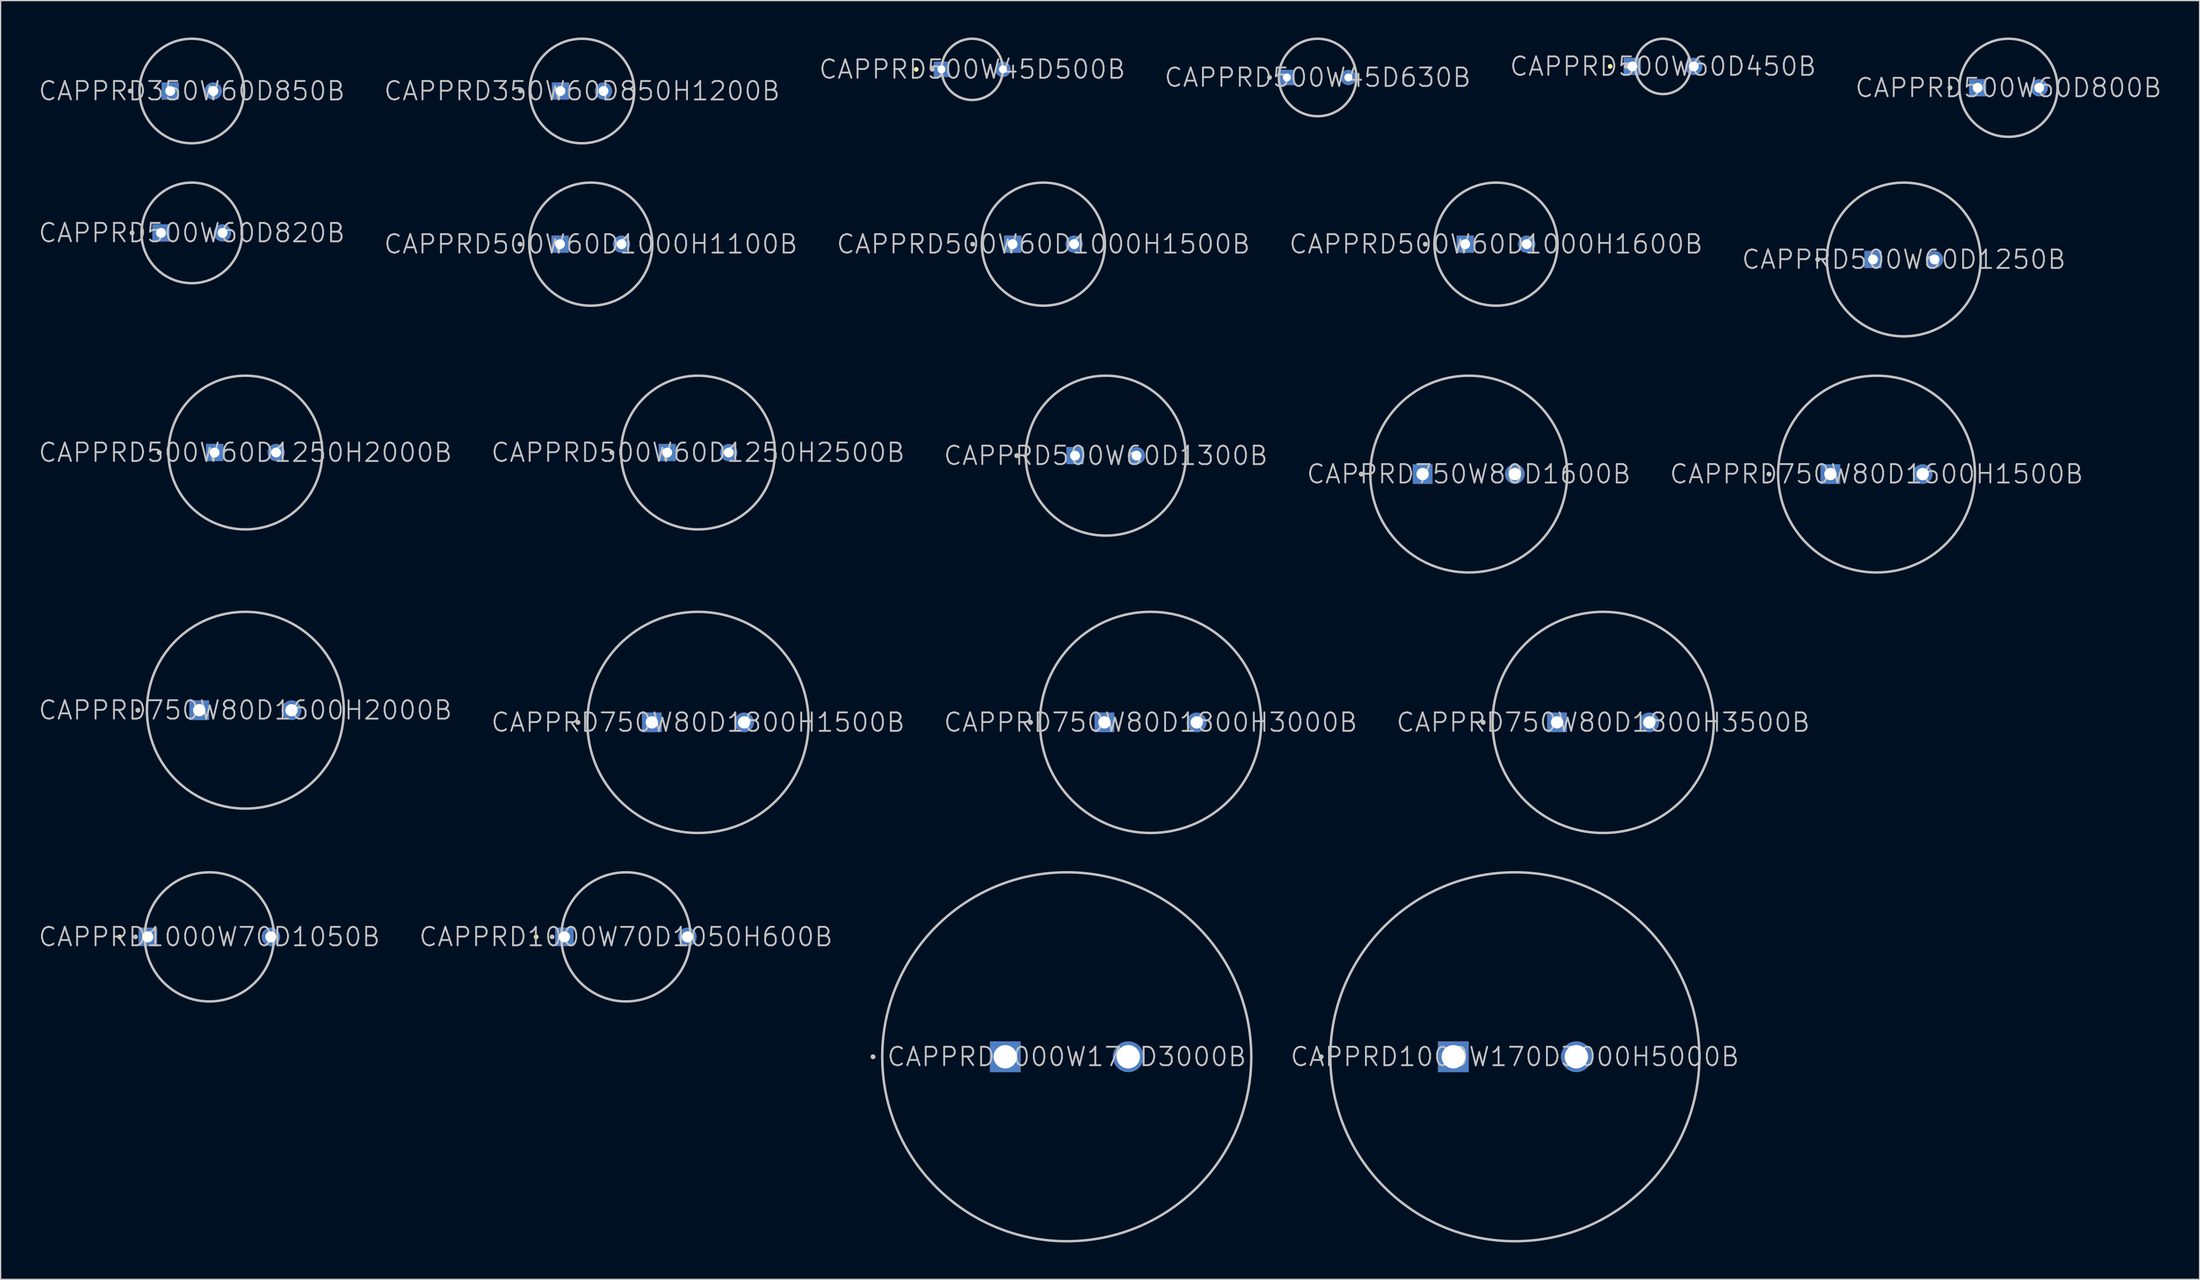
<source format=kicad_pcb>
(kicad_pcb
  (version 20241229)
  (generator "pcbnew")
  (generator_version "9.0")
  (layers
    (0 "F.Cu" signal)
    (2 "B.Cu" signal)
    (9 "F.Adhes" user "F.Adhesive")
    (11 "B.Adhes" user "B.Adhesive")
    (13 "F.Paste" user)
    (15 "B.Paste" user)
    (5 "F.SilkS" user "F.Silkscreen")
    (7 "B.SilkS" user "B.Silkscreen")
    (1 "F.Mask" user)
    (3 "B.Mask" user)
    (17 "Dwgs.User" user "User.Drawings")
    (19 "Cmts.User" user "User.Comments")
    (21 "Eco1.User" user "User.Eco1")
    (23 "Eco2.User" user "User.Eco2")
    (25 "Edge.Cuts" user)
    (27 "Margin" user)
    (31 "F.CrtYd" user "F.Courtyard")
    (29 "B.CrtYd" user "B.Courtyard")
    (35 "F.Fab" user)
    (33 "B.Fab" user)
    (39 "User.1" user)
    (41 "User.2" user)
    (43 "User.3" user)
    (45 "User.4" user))
  (footprint "CAPPRD350W60D850H1200B"
    (layer "F.Cu")
    (at 44.261 4.35)
    (property "Reference" "CAPPRD350W60D850H1200B" (at 0 0 0) (layer "Dwgs.User") (effects (font (size 1.5 1.5) (thickness 0.15))))
    (attr through_hole)
    (fp_line (start -5 0) (end -5 0) (stroke (width 0.381) (type solid)) (layer "F.SilkS"))
    (fp_line (start -5 0) (end -5 0) (stroke (width 0.381) (type solid)) (layer "Dwgs.User"))
    (fp_circle (center 0 0) (end 4.25 0) (stroke (width 0.2) (type solid)) (fill no) (layer "Dwgs.User"))
    (pad "1" thru_hole rect (at -1.75 0) (size 1.4 1.4) (drill 0.8) (layers "*.Cu" "*.Mask"))
    (pad "2" thru_hole circle (at 1.75 0) (size 1.4 1.4) (drill 0.8) (layers "*.Cu" "*.Mask")))
  (footprint "CAPPRD750W80D1600H1500B"
    (layer "F.Cu")
    (at 149.496 35.501)
    (property "Reference" "CAPPRD750W80D1600H1500B" (at 0 0 0) (layer "Dwgs.User") (effects (font (size 1.5 1.5) (thickness 0.15))))
    (attr through_hole)
    (fp_line (start -8.738 0) (end -8.738 0) (stroke (width 0.381) (type solid)) (layer "F.SilkS"))
    (fp_line (start -8.738 0) (end -8.738 0) (stroke (width 0.381) (type solid)) (layer "Dwgs.User"))
    (fp_circle (center 0 0) (end 8.001 0) (stroke (width 0.2) (type solid)) (fill no) (layer "Dwgs.User"))
    (pad "1" thru_hole rect (at -3.75 0) (size 1.6 1.6) (drill 1) (layers "*.Cu" "*.Mask"))
    (pad "2" thru_hole circle (at 3.75 0) (size 1.6 1.6) (drill 1) (layers "*.Cu" "*.Mask")))
  (footprint "CAPPRD500W60D1300B"
    (layer "F.Cu")
    (at 86.839 34.002)
    (property "Reference" "CAPPRD500W60D1300B" (at 0 0 0) (layer "Dwgs.User") (effects (font (size 1.5 1.5) (thickness 0.15))))
    (attr through_hole)
    (fp_line (start -7.239 0) (end -7.239 0) (stroke (width 0.381) (type solid)) (layer "F.SilkS"))
    (fp_line (start -7.239 0) (end -7.239 0) (stroke (width 0.381) (type solid)) (layer "Dwgs.User"))
    (fp_circle (center 0 0) (end 6.502 0) (stroke (width 0.2) (type solid)) (fill no) (layer "Dwgs.User"))
    (pad "1" thru_hole rect (at -2.5 0) (size 1.4 1.4) (drill 0.8) (layers "*.Cu" "*.Mask"))
    (pad "2" thru_hole circle (at 2.5 0) (size 1.4 1.4) (drill 0.8) (layers "*.Cu" "*.Mask")))
  (footprint "CAPPRD500W60D800B"
    (layer "F.Cu")
    (at 160.218 4.088)
    (property "Reference" "CAPPRD500W60D800B" (at 0 0 0) (layer "Dwgs.User") (effects (font (size 1.5 1.5) (thickness 0.15))))
    (attr through_hole)
    (fp_line (start -4.75 0) (end -4.75 0) (stroke (width 0.381) (type solid)) (layer "F.SilkS"))
    (fp_line (start -4.75 0) (end -4.75 0) (stroke (width 0.381) (type solid)) (layer "Dwgs.User"))
    (fp_circle (center 0 0) (end 3.988 0) (stroke (width 0.2) (type solid)) (fill no) (layer "Dwgs.User"))
    (pad "1" thru_hole rect (at -2.5 0) (size 1.4 1.4) (drill 0.8) (layers "*.Cu" "*.Mask"))
    (pad "2" thru_hole circle (at 2.5 0) (size 1.4 1.4) (drill 0.8) (layers "*.Cu" "*.Mask")))
  (footprint "CAPPRD750W80D1800H3500B"
    (layer "F.Cu")
    (at 127.275 55.694)
    (property "Reference" "CAPPRD750W80D1800H3500B" (at 0 0 0) (layer "Dwgs.User") (effects (font (size 1.5 1.5) (thickness 0.15))))
    (attr through_hole)
    (fp_line (start -9.754 0) (end -9.754 0) (stroke (width 0.381) (type solid)) (layer "F.SilkS"))
    (fp_line (start -9.754 0) (end -9.754 0) (stroke (width 0.381) (type solid)) (layer "Dwgs.User"))
    (fp_circle (center 0 0) (end 8.992 0) (stroke (width 0.2) (type solid)) (fill no) (layer "Dwgs.User"))
    (pad "1" thru_hole rect (at -3.75 0) (size 1.6 1.6) (drill 1) (layers "*.Cu" "*.Mask"))
    (pad "2" thru_hole circle (at 3.75 0) (size 1.6 1.6) (drill 1) (layers "*.Cu" "*.Mask")))
  (footprint "CAPPRD500W60D1250H2000B"
    (layer "F.Cu")
    (at 16.896 33.75)
    (property "Reference" "CAPPRD500W60D1250H2000B" (at 0 0 0) (layer "Dwgs.User") (effects (font (size 1.5 1.5) (thickness 0.15))))
    (attr through_hole)
    (fp_line (start -7 0) (end -7 0) (stroke (width 0.381) (type solid)) (layer "F.SilkS"))
    (fp_line (start -7 0) (end -7 0) (stroke (width 0.381) (type solid)) (layer "Dwgs.User"))
    (fp_circle (center 0 0) (end 6.25 0) (stroke (width 0.2) (type solid)) (fill no) (layer "Dwgs.User"))
    (pad "1" thru_hole rect (at -2.5 0) (size 1.4 1.4) (drill 0.8) (layers "*.Cu" "*.Mask"))
    (pad "2" thru_hole circle (at 2.5 0) (size 1.4 1.4) (drill 0.8) (layers "*.Cu" "*.Mask")))
  (footprint "CAPPRD500W45D630B"
    (layer "F.Cu")
    (at 104.061 3.25)
    (property "Reference" "CAPPRD500W45D630B" (at 0 0 0) (layer "Dwgs.User") (effects (font (size 1.5 1.5) (thickness 0.15))))
    (attr through_hole)
    (fp_line (start -3.912 0) (end -3.912 0) (stroke (width 0.381) (type solid)) (layer "F.SilkS"))
    (fp_line (start -3.912 0) (end -3.912 0) (stroke (width 0.381) (type solid)) (layer "Dwgs.User"))
    (fp_circle (center 0 0) (end 3.15 0) (stroke (width 0.2) (type solid)) (fill no) (layer "Dwgs.User"))
    (pad "1" thru_hole rect (at -2.5 0) (size 1.25 1.25) (drill 0.65) (layers "*.Cu" "*.Mask"))
    (pad "2" thru_hole circle (at 2.5 0) (size 1.25 1.25) (drill 0.65) (layers "*.Cu" "*.Mask")))
  (footprint "CAPPRD1000W170D3000B"
    (layer "F.Cu")
    (at 83.669 82.885)
    (property "Reference" "CAPPRD1000W170D3000B" (at 0 0 0) (layer "Dwgs.User") (effects (font (size 1.5 1.5) (thickness 0.15))))
    (attr through_hole)
    (fp_line (start -15.75 0) (end -15.75 0) (stroke (width 0.381) (type solid)) (layer "F.SilkS"))
    (fp_line (start -15.75 0) (end -15.75 0) (stroke (width 0.381) (type solid)) (layer "Dwgs.User"))
    (fp_circle (center 0 0) (end 15 0) (stroke (width 0.2) (type solid)) (fill no) (layer "Dwgs.User"))
    (pad "1" thru_hole rect (at -5 0) (size 2.5 2.5) (drill 1.9) (layers "*.Cu" "*.Mask"))
    (pad "2" thru_hole circle (at 5 0) (size 2.5 2.5) (drill 1.9) (layers "*.Cu" "*.Mask")))
  (footprint "CAPPRD500W60D1000H1100B"
    (layer "F.Cu")
    (at 44.975 16.804)
    (property "Reference" "CAPPRD500W60D1000H1100B" (at 0 0 0) (layer "Dwgs.User") (effects (font (size 1.5 1.5) (thickness 0.15))))
    (attr through_hole)
    (fp_line (start -5.74 0) (end -5.74 0) (stroke (width 0.381) (type solid)) (layer "F.SilkS"))
    (fp_line (start -5.74 0) (end -5.74 0) (stroke (width 0.381) (type solid)) (layer "Dwgs.User"))
    (fp_circle (center 0 0) (end 5.004 0) (stroke (width 0.2) (type solid)) (fill no) (layer "Dwgs.User"))
    (pad "1" thru_hole rect (at -2.5 0) (size 1.4 1.4) (drill 0.8) (layers "*.Cu" "*.Mask"))
    (pad "2" thru_hole circle (at 2.5 0) (size 1.4 1.4) (drill 0.8) (layers "*.Cu" "*.Mask")))
  (footprint "CAPPRD750W80D1800H3000B"
    (layer "F.Cu")
    (at 90.482 55.694)
    (property "Reference" "CAPPRD750W80D1800H3000B" (at 0 0 0) (layer "Dwgs.User") (effects (font (size 1.5 1.5) (thickness 0.15))))
    (attr through_hole)
    (fp_line (start -9.754 0) (end -9.754 0) (stroke (width 0.381) (type solid)) (layer "F.SilkS"))
    (fp_line (start -9.754 0) (end -9.754 0) (stroke (width 0.381) (type solid)) (layer "Dwgs.User"))
    (fp_circle (center 0 0) (end 8.992 0) (stroke (width 0.2) (type solid)) (fill no) (layer "Dwgs.User"))
    (pad "1" thru_hole rect (at -3.75 0) (size 1.6 1.6) (drill 1) (layers "*.Cu" "*.Mask"))
    (pad "2" thru_hole circle (at 3.75 0) (size 1.6 1.6) (drill 1) (layers "*.Cu" "*.Mask")))
  (footprint "CAPPRD750W80D1800H1500B"
    (layer "F.Cu")
    (at 53.689 55.694)
    (property "Reference" "CAPPRD750W80D1800H1500B" (at 0 0 0) (layer "Dwgs.User") (effects (font (size 1.5 1.5) (thickness 0.15))))
    (attr through_hole)
    (fp_line (start -9.754 0) (end -9.754 0) (stroke (width 0.381) (type solid)) (layer "F.SilkS"))
    (fp_line (start -9.754 0) (end -9.754 0) (stroke (width 0.381) (type solid)) (layer "Dwgs.User"))
    (fp_circle (center 0 0) (end 8.992 0) (stroke (width 0.2) (type solid)) (fill no) (layer "Dwgs.User"))
    (pad "1" thru_hole rect (at -3.75 0) (size 1.6 1.6) (drill 1) (layers "*.Cu" "*.Mask"))
    (pad "2" thru_hole circle (at 3.75 0) (size 1.6 1.6) (drill 1) (layers "*.Cu" "*.Mask")))
  (footprint "CAPPRD500W60D1250B"
    (layer "F.Cu")
    (at 151.711 18.05)
    (property "Reference" "CAPPRD500W60D1250B" (at 0 0 0) (layer "Dwgs.User") (effects (font (size 1.5 1.5) (thickness 0.15))))
    (attr through_hole)
    (fp_line (start -7 0) (end -7 0) (stroke (width 0.381) (type solid)) (layer "F.SilkS"))
    (fp_line (start -7 0) (end -7 0) (stroke (width 0.381) (type solid)) (layer "Dwgs.User"))
    (fp_circle (center 0 0) (end 6.25 0) (stroke (width 0.2) (type solid)) (fill no) (layer "Dwgs.User"))
    (pad "1" thru_hole rect (at -2.5 0) (size 1.4 1.4) (drill 0.8) (layers "*.Cu" "*.Mask"))
    (pad "2" thru_hole circle (at 2.5 0) (size 1.4 1.4) (drill 0.8) (layers "*.Cu" "*.Mask")))
  (footprint "CAPPRD350W60D850B"
    (layer "F.Cu")
    (at 12.539 4.35)
    (property "Reference" "CAPPRD350W60D850B" (at 0 0 0) (layer "Dwgs.User") (effects (font (size 1.5 1.5) (thickness 0.15))))
    (attr through_hole)
    (fp_line (start -5 0) (end -5 0) (stroke (width 0.381) (type solid)) (layer "F.SilkS"))
    (fp_line (start -5 0) (end -5 0) (stroke (width 0.381) (type solid)) (layer "Dwgs.User"))
    (fp_circle (center 0 0) (end 4.25 0) (stroke (width 0.2) (type solid)) (fill no) (layer "Dwgs.User"))
    (pad "1" thru_hole rect (at -1.75 0) (size 1.4 1.4) (drill 0.8) (layers "*.Cu" "*.Mask"))
    (pad "2" thru_hole circle (at 1.75 0) (size 1.4 1.4) (drill 0.8) (layers "*.Cu" "*.Mask")))
  (footprint "CAPPRD500W45D500B"
    (layer "F.Cu")
    (at 75.982 2.589)
    (property "Reference" "CAPPRD500W45D500B" (at 0 0 0) (layer "Dwgs.User") (effects (font (size 1.5 1.5) (thickness 0.15))))
    (attr through_hole)
    (fp_line (start -4.547 0) (end -4.547 0) (stroke (width 0.381) (type solid)) (layer "F.SilkS"))
    (fp_line (start -3.251 0) (end -3.251 0) (stroke (width 0.381) (type solid)) (layer "Dwgs.User"))
    (fp_circle (center 0 0) (end 2.489 0) (stroke (width 0.2) (type solid)) (fill no) (layer "Dwgs.User"))
    (pad "1" thru_hole rect (at -2.5 0) (size 1.25 1.25) (drill 0.65) (layers "*.Cu" "*.Mask"))
    (pad "2" thru_hole circle (at 2.5 0) (size 1.25 1.25) (drill 0.65) (layers "*.Cu" "*.Mask")))
  (footprint "CAPPRD500W60D450B"
    (layer "F.Cu")
    (at 132.139 2.35)
    (property "Reference" "CAPPRD500W60D450B" (at 0 0 0) (layer "Dwgs.User") (effects (font (size 1.5 1.5) (thickness 0.15))))
    (attr through_hole)
    (fp_line (start -4.3 0) (end -4.3 0) (stroke (width 0.381) (type solid)) (layer "F.SilkS"))
    (fp_line (start -3 0) (end -3 0) (stroke (width 0.381) (type solid)) (layer "Dwgs.User"))
    (fp_circle (center 0 0) (end 2.25 0) (stroke (width 0.2) (type solid)) (fill no) (layer "Dwgs.User"))
    (pad "1" thru_hole rect (at -2.5 0) (size 1.4 1.4) (drill 0.8) (layers "*.Cu" "*.Mask"))
    (pad "2" thru_hole circle (at 2.5 0) (size 1.4 1.4) (drill 0.8) (layers "*.Cu" "*.Mask")))
  (footprint "CAPPRD500W60D1000H1500B"
    (layer "F.Cu")
    (at 81.768 16.804)
    (property "Reference" "CAPPRD500W60D1000H1500B" (at 0 0 0) (layer "Dwgs.User") (effects (font (size 1.5 1.5) (thickness 0.15))))
    (attr through_hole)
    (fp_line (start -5.74 0) (end -5.74 0) (stroke (width 0.381) (type solid)) (layer "F.SilkS"))
    (fp_line (start -5.74 0) (end -5.74 0) (stroke (width 0.381) (type solid)) (layer "Dwgs.User"))
    (fp_circle (center 0 0) (end 5.004 0) (stroke (width 0.2) (type solid)) (fill no) (layer "Dwgs.User"))
    (pad "1" thru_hole rect (at -2.5 0) (size 1.4 1.4) (drill 0.8) (layers "*.Cu" "*.Mask"))
    (pad "2" thru_hole circle (at 2.5 0) (size 1.4 1.4) (drill 0.8) (layers "*.Cu" "*.Mask")))
  (footprint "CAPPRD500W60D1000H1600B"
    (layer "F.Cu")
    (at 118.561 16.804)
    (property "Reference" "CAPPRD500W60D1000H1600B" (at 0 0 0) (layer "Dwgs.User") (effects (font (size 1.5 1.5) (thickness 0.15))))
    (attr through_hole)
    (fp_line (start -5.74 0) (end -5.74 0) (stroke (width 0.381) (type solid)) (layer "F.SilkS"))
    (fp_line (start -5.74 0) (end -5.74 0) (stroke (width 0.381) (type solid)) (layer "Dwgs.User"))
    (fp_circle (center 0 0) (end 5.004 0) (stroke (width 0.2) (type solid)) (fill no) (layer "Dwgs.User"))
    (pad "1" thru_hole rect (at -2.5 0) (size 1.4 1.4) (drill 0.8) (layers "*.Cu" "*.Mask"))
    (pad "2" thru_hole circle (at 2.5 0) (size 1.4 1.4) (drill 0.8) (layers "*.Cu" "*.Mask")))
  (footprint "CAPPRD500W60D1250H2500B"
    (layer "F.Cu")
    (at 53.689 33.75)
    (property "Reference" "CAPPRD500W60D1250H2500B" (at 0 0 0) (layer "Dwgs.User") (effects (font (size 1.5 1.5) (thickness 0.15))))
    (attr through_hole)
    (fp_line (start -7 0) (end -7 0) (stroke (width 0.381) (type solid)) (layer "F.SilkS"))
    (fp_line (start -7 0) (end -7 0) (stroke (width 0.381) (type solid)) (layer "Dwgs.User"))
    (fp_circle (center 0 0) (end 6.25 0) (stroke (width 0.2) (type solid)) (fill no) (layer "Dwgs.User"))
    (pad "1" thru_hole rect (at -2.5 0) (size 1.4 1.4) (drill 0.8) (layers "*.Cu" "*.Mask"))
    (pad "2" thru_hole circle (at 2.5 0) (size 1.4 1.4) (drill 0.8) (layers "*.Cu" "*.Mask")))
  (footprint "CAPPRD1000W70D1050H600B"
    (layer "F.Cu")
    (at 47.832 73.135)
    (property "Reference" "CAPPRD1000W70D1050H600B" (at 0 0 0) (layer "Dwgs.User") (effects (font (size 1.5 1.5) (thickness 0.15))))
    (attr through_hole)
    (fp_line (start -7.3 0) (end -7.3 0) (stroke (width 0.381) (type solid)) (layer "F.SilkS"))
    (fp_line (start -6 0) (end -6 0) (stroke (width 0.381) (type solid)) (layer "Dwgs.User"))
    (fp_circle (center 0 0) (end 5.25 0) (stroke (width 0.2) (type solid)) (fill no) (layer "Dwgs.User"))
    (pad "1" thru_hole rect (at -5 0) (size 1.5 1.5) (drill 0.9) (layers "*.Cu" "*.Mask"))
    (pad "2" thru_hole circle (at 5 0) (size 1.5 1.5) (drill 0.9) (layers "*.Cu" "*.Mask")))
  (footprint "CAPPRD750W80D1600H2000B"
    (layer "F.Cu")
    (at 16.896 54.703)
    (property "Reference" "CAPPRD750W80D1600H2000B" (at 0 0 0) (layer "Dwgs.User") (effects (font (size 1.5 1.5) (thickness 0.15))))
    (attr through_hole)
    (fp_line (start -8.738 0) (end -8.738 0) (stroke (width 0.381) (type solid)) (layer "F.SilkS"))
    (fp_line (start -8.738 0) (end -8.738 0) (stroke (width 0.381) (type solid)) (layer "Dwgs.User"))
    (fp_circle (center 0 0) (end 8.001 0) (stroke (width 0.2) (type solid)) (fill no) (layer "Dwgs.User"))
    (pad "1" thru_hole rect (at -3.75 0) (size 1.6 1.6) (drill 1) (layers "*.Cu" "*.Mask"))
    (pad "2" thru_hole circle (at 3.75 0) (size 1.6 1.6) (drill 1) (layers "*.Cu" "*.Mask")))
  (footprint "CAPPRD1000W170D3000H5000B"
    (layer "F.Cu")
    (at 120.094 82.885)
    (property "Reference" "CAPPRD1000W170D3000H5000B" (at 0 0 0) (layer "Dwgs.User") (effects (font (size 1.5 1.5) (thickness 0.15))))
    (attr through_hole)
    (fp_line (start -15.75 0) (end -15.75 0) (stroke (width 0.381) (type solid)) (layer "F.SilkS"))
    (fp_line (start -15.75 0) (end -15.75 0) (stroke (width 0.381) (type solid)) (layer "Dwgs.User"))
    (fp_circle (center 0 0) (end 15 0) (stroke (width 0.2) (type solid)) (fill no) (layer "Dwgs.User"))
    (pad "1" thru_hole rect (at -5 0) (size 2.5 2.5) (drill 1.9) (layers "*.Cu" "*.Mask"))
    (pad "2" thru_hole circle (at 5 0) (size 2.5 2.5) (drill 1.9) (layers "*.Cu" "*.Mask")))
  (footprint "CAPPRD500W60D820B"
    (layer "F.Cu")
    (at 12.539 15.889)
    (property "Reference" "CAPPRD500W60D820B" (at 0 0 0) (layer "Dwgs.User") (effects (font (size 1.5 1.5) (thickness 0.15))))
    (attr through_hole)
    (fp_line (start -4.851 0) (end -4.851 0) (stroke (width 0.381) (type solid)) (layer "F.SilkS"))
    (fp_line (start -4.851 0) (end -4.851 0) (stroke (width 0.381) (type solid)) (layer "Dwgs.User"))
    (fp_circle (center 0 0) (end 4.089 0) (stroke (width 0.2) (type solid)) (fill no) (layer "Dwgs.User"))
    (pad "1" thru_hole rect (at -2.5 0) (size 1.4 1.4) (drill 0.8) (layers "*.Cu" "*.Mask"))
    (pad "2" thru_hole circle (at 2.5 0) (size 1.4 1.4) (drill 0.8) (layers "*.Cu" "*.Mask")))
  (footprint "CAPPRD1000W70D1050B"
    (layer "F.Cu")
    (at 13.968 73.135)
    (property "Reference" "CAPPRD1000W70D1050B" (at 0 0 0) (layer "Dwgs.User") (effects (font (size 1.5 1.5) (thickness 0.15))))
    (attr through_hole)
    (fp_line (start -7.3 0) (end -7.3 0) (stroke (width 0.381) (type solid)) (layer "F.SilkS"))
    (fp_line (start -6 0) (end -6 0) (stroke (width 0.381) (type solid)) (layer "Dwgs.User"))
    (fp_circle (center 0 0) (end 5.25 0) (stroke (width 0.2) (type solid)) (fill no) (layer "Dwgs.User"))
    (pad "1" thru_hole rect (at -5 0) (size 1.5 1.5) (drill 0.9) (layers "*.Cu" "*.Mask"))
    (pad "2" thru_hole circle (at 5 0) (size 1.5 1.5) (drill 0.9) (layers "*.Cu" "*.Mask")))
  (footprint "CAPPRD750W80D1600B"
    (layer "F.Cu")
    (at 116.346 35.501)
    (property "Reference" "CAPPRD750W80D1600B" (at 0 0 0) (layer "Dwgs.User") (effects (font (size 1.5 1.5) (thickness 0.15))))
    (attr through_hole)
    (fp_line (start -8.738 0) (end -8.738 0) (stroke (width 0.381) (type solid)) (layer "F.SilkS"))
    (fp_line (start -8.738 0) (end -8.738 0) (stroke (width 0.381) (type solid)) (layer "Dwgs.User"))
    (fp_circle (center 0 0) (end 8.001 0) (stroke (width 0.2) (type solid)) (fill no) (layer "Dwgs.User"))
    (pad "1" thru_hole rect (at -3.75 0) (size 1.6 1.6) (drill 1) (layers "*.Cu" "*.Mask"))
    (pad "2" thru_hole circle (at 3.75 0) (size 1.6 1.6) (drill 1) (layers "*.Cu" "*.Mask")))
  (gr_rect
    (start -3 -3)
    (end 175.757 100.985)
    (stroke (width 0.1) (type default))
    (fill no)
    (layer "Edge.Cuts")))
</source>
